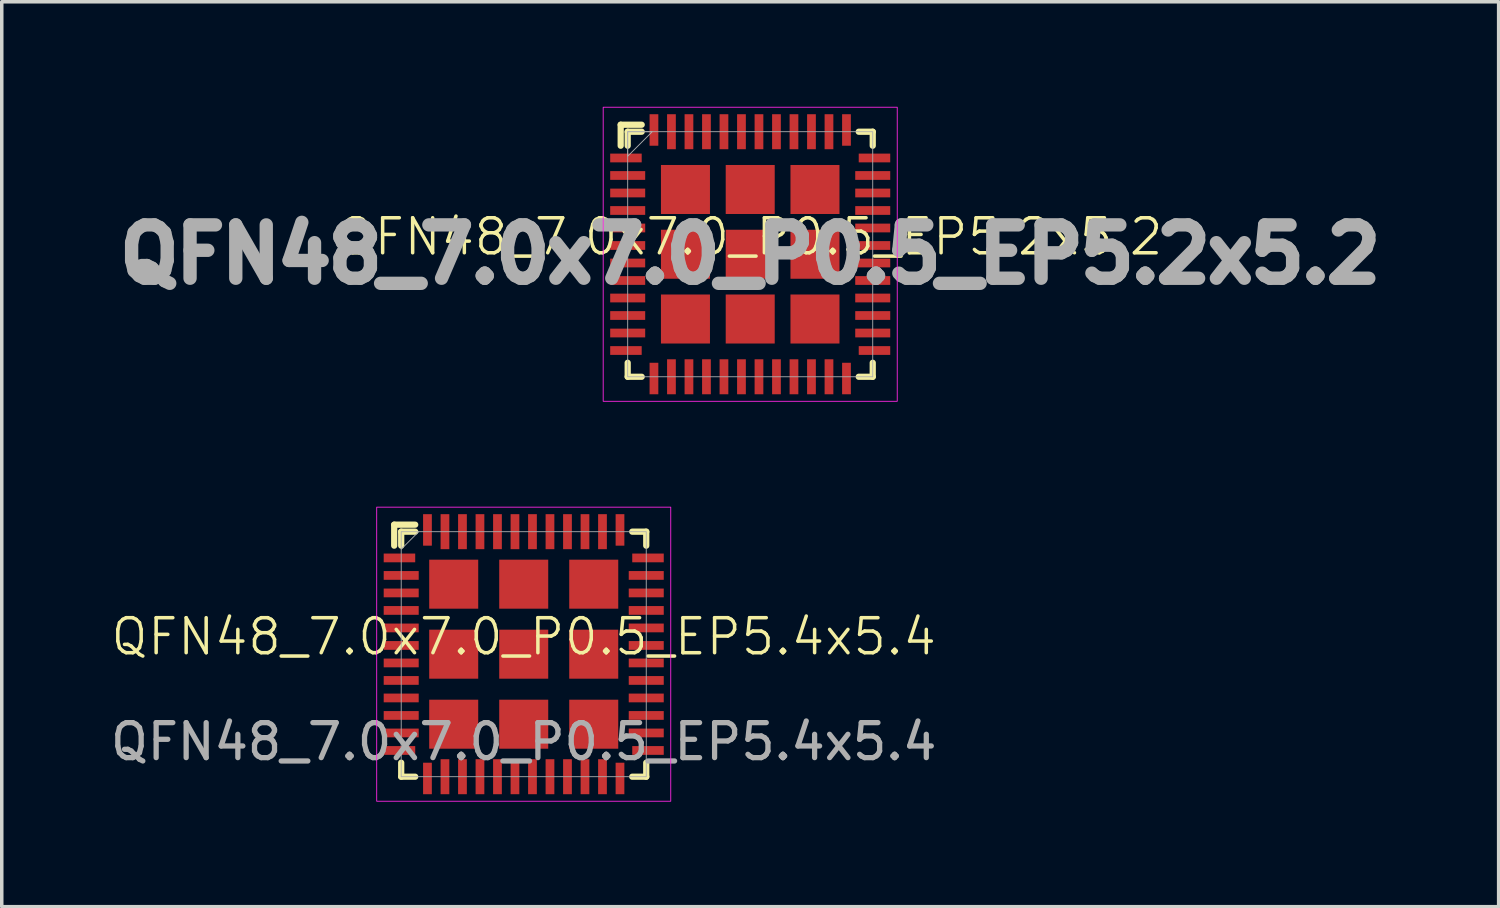
<source format=kicad_pcb>
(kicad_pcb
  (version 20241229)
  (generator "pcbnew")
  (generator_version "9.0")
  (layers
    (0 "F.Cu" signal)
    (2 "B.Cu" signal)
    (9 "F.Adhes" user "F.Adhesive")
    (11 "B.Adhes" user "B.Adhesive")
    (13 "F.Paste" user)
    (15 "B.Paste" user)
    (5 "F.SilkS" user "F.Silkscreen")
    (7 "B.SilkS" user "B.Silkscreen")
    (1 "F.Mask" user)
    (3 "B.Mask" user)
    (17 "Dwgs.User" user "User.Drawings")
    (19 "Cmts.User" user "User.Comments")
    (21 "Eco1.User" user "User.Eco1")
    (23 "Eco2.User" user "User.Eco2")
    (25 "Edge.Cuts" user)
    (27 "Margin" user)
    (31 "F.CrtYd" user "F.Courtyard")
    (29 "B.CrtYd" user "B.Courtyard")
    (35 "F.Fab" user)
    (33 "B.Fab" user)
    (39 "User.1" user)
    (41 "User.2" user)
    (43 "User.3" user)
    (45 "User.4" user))
  (footprint "QFN48_7.0x7.0_P0.5_EP5.4x5.4"
    (layer "F.Cu")
    (at 11.911 15.638)
    (property "Reference" "QFN48_7.0x7.0_P0.5_EP5.4x5.4" (at 0 -0.5 0) (unlocked yes) (layer "F.SilkS") (effects (font (size 1 1) (thickness 0.1))))
    (attr smd)
    (fp_line (start -3.7 -3.7) (end -3.1 -3.7) (stroke (width 0.178) (type default)) (layer "F.SilkS"))
    (fp_line (start -3.7 -3.1) (end -3.7 -3.7) (stroke (width 0.178) (type default)) (layer "F.SilkS"))
    (fp_line (start -3.5 -3.1) (end -3.5 -3.5) (stroke (width 0.178) (type default)) (layer "F.SilkS"))
    (fp_line (start -3.5 3.1) (end -3.5 3.5) (stroke (width 0.178) (type default)) (layer "F.SilkS"))
    (fp_line (start -3.1 -3.5) (end -3.5 -3.5) (stroke (width 0.178) (type default)) (layer "F.SilkS"))
    (fp_line (start -3.1 3.5) (end -3.5 3.5) (stroke (width 0.178) (type default)) (layer "F.SilkS"))
    (fp_line (start 3.1 -3.5) (end 3.5 -3.5) (stroke (width 0.178) (type default)) (layer "F.SilkS"))
    (fp_line (start 3.1 3.5) (end 3.5 3.5) (stroke (width 0.178) (type default)) (layer "F.SilkS"))
    (fp_line (start 3.5 -3.1) (end 3.5 -3.5) (stroke (width 0.178) (type default)) (layer "F.SilkS"))
    (fp_line (start 3.5 3.1) (end 3.5 3.5) (stroke (width 0.178) (type default)) (layer "F.SilkS"))
    (fp_rect (start -4.2 -4.2) (end 4.2 4.2) (stroke (width 0.025) (type default)) (fill no) (layer "F.CrtYd"))
    (fp_line (start -3.5 -3) (end -3 -3.5) (stroke (width 0.025) (type default)) (layer "F.Fab"))
    (fp_rect (start -3.5 -3.5) (end 3.5 3.5) (stroke (width 0.025) (type default)) (fill no) (layer "F.Fab"))
    (fp_text user "${REFERENCE}" (at 0 2.5 0) (unlocked yes) (layer "F.Fab") (effects (font (size 1 1) (thickness 0.15))))
    (pad "1" smd rect (at -3.55 -2.75) (size 0.9 0.25) (layers "F.Cu" "F.Mask" "F.Paste"))
    (pad "2" smd rect (at -3.5 -2.25) (size 1 0.25) (layers "F.Cu" "F.Mask" "F.Paste"))
    (pad "3" smd rect (at -3.5 -1.75) (size 1 0.25) (layers "F.Cu" "F.Mask" "F.Paste"))
    (pad "4" smd rect (at -3.5 -1.25) (size 1 0.25) (layers "F.Cu" "F.Mask" "F.Paste"))
    (pad "5" smd rect (at -3.5 -0.75) (size 1 0.25) (layers "F.Cu" "F.Mask" "F.Paste"))
    (pad "6" smd rect (at -3.5 -0.25) (size 1 0.25) (layers "F.Cu" "F.Mask" "F.Paste"))
    (pad "7" smd rect (at -3.5 0.25) (size 1 0.25) (layers "F.Cu" "F.Mask" "F.Paste"))
    (pad "8" smd rect (at -3.5 0.75) (size 1 0.25) (layers "F.Cu" "F.Mask" "F.Paste"))
    (pad "9" smd rect (at -3.5 1.25) (size 1 0.25) (layers "F.Cu" "F.Mask" "F.Paste"))
    (pad "10" smd rect (at -3.5 1.75) (size 1 0.25) (layers "F.Cu" "F.Mask" "F.Paste"))
    (pad "11" smd rect (at -3.5 2.25) (size 1 0.25) (layers "F.Cu" "F.Mask" "F.Paste"))
    (pad "12" smd rect (at -3.55 2.75) (size 0.9 0.25) (layers "F.Cu" "F.Mask" "F.Paste"))
    (pad "13" smd rect (at -2.75 3.55) (size 0.25 0.9) (layers "F.Cu" "F.Mask" "F.Paste"))
    (pad "14" smd rect (at -2.25 3.5) (size 0.25 1) (layers "F.Cu" "F.Mask" "F.Paste"))
    (pad "15" smd rect (at -1.75 3.5) (size 0.25 1) (layers "F.Cu" "F.Mask" "F.Paste"))
    (pad "16" smd rect (at -1.25 3.5) (size 0.25 1) (layers "F.Cu" "F.Mask" "F.Paste"))
    (pad "17" smd rect (at -0.75 3.5) (size 0.25 1) (layers "F.Cu" "F.Mask" "F.Paste"))
    (pad "18" smd rect (at -0.25 3.5) (size 0.25 1) (layers "F.Cu" "F.Mask" "F.Paste"))
    (pad "19" smd rect (at 0.25 3.5) (size 0.25 1) (layers "F.Cu" "F.Mask" "F.Paste"))
    (pad "20" smd rect (at 0.75 3.5) (size 0.25 1) (layers "F.Cu" "F.Mask" "F.Paste"))
    (pad "21" smd rect (at 1.25 3.5) (size 0.25 1) (layers "F.Cu" "F.Mask" "F.Paste"))
    (pad "22" smd rect (at 1.75 3.5) (size 0.25 1) (layers "F.Cu" "F.Mask" "F.Paste"))
    (pad "23" smd rect (at 2.25 3.5) (size 0.25 1) (layers "F.Cu" "F.Mask" "F.Paste"))
    (pad "24" smd rect (at 2.75 3.55) (size 0.25 0.9) (layers "F.Cu" "F.Mask" "F.Paste"))
    (pad "25" smd rect (at 3.55 2.75) (size 0.9 0.25) (layers "F.Cu" "F.Mask" "F.Paste"))
    (pad "26" smd rect (at 3.5 2.25) (size 1 0.25) (layers "F.Cu" "F.Mask" "F.Paste"))
    (pad "27" smd rect (at 3.5 1.75) (size 1 0.25) (layers "F.Cu" "F.Mask" "F.Paste"))
    (pad "28" smd rect (at 3.5 1.25) (size 1 0.25) (layers "F.Cu" "F.Mask" "F.Paste"))
    (pad "29" smd rect (at 3.5 0.75) (size 1 0.25) (layers "F.Cu" "F.Mask" "F.Paste"))
    (pad "30" smd rect (at 3.5 0.25) (size 1 0.25) (layers "F.Cu" "F.Mask" "F.Paste"))
    (pad "31" smd rect (at 3.5 -0.25) (size 1 0.25) (layers "F.Cu" "F.Mask" "F.Paste"))
    (pad "32" smd rect (at 3.5 -0.75) (size 1 0.25) (layers "F.Cu" "F.Mask" "F.Paste"))
    (pad "33" smd rect (at 3.5 -1.25) (size 1 0.25) (layers "F.Cu" "F.Mask" "F.Paste"))
    (pad "34" smd rect (at 3.5 -1.75) (size 1 0.25) (layers "F.Cu" "F.Mask" "F.Paste"))
    (pad "35" smd rect (at 3.5 -2.25) (size 1 0.25) (layers "F.Cu" "F.Mask" "F.Paste"))
    (pad "36" smd rect (at 3.55 -2.75) (size 0.9 0.25) (layers "F.Cu" "F.Mask" "F.Paste"))
    (pad "37" smd rect (at 2.75 -3.55) (size 0.25 0.9) (layers "F.Cu" "F.Mask" "F.Paste"))
    (pad "38" smd rect (at 2.25 -3.5) (size 0.25 1) (layers "F.Cu" "F.Mask" "F.Paste"))
    (pad "39" smd rect (at 1.75 -3.5) (size 0.25 1) (layers "F.Cu" "F.Mask" "F.Paste"))
    (pad "40" smd rect (at 1.25 -3.5) (size 0.25 1) (layers "F.Cu" "F.Mask" "F.Paste"))
    (pad "41" smd rect (at 0.75 -3.5) (size 0.25 1) (layers "F.Cu" "F.Mask" "F.Paste"))
    (pad "42" smd rect (at 0.25 -3.5) (size 0.25 1) (layers "F.Cu" "F.Mask" "F.Paste"))
    (pad "43" smd rect (at -0.25 -3.5) (size 0.25 1) (layers "F.Cu" "F.Mask" "F.Paste"))
    (pad "44" smd rect (at -0.75 -3.5) (size 0.25 1) (layers "F.Cu" "F.Mask" "F.Paste"))
    (pad "45" smd rect (at -1.25 -3.5) (size 0.25 1) (layers "F.Cu" "F.Mask" "F.Paste"))
    (pad "46" smd rect (at -1.75 -3.5) (size 0.25 1) (layers "F.Cu" "F.Mask" "F.Paste"))
    (pad "47" smd rect (at -2.25 -3.5) (size 0.25 1) (layers "F.Cu" "F.Mask" "F.Paste"))
    (pad "48" smd rect (at -2.75 -3.55) (size 0.25 0.9) (layers "F.Cu" "F.Mask" "F.Paste"))
    (pad "49" smd rect (at -2 -2) (size 1.4 1.4) (layers "F.Cu" "F.Mask" "F.Paste"))
    (pad "49" smd rect (at -2 0) (size 1.4 1.4) (layers "F.Cu" "F.Mask" "F.Paste"))
    (pad "49" smd rect (at -2 2) (size 1.4 1.4) (layers "F.Cu" "F.Mask" "F.Paste"))
    (pad "49" smd rect (at 0 -2) (size 1.4 1.4) (layers "F.Cu" "F.Mask" "F.Paste"))
    (pad "49" smd rect (at 0 0) (size 1.4 1.4) (layers "F.Cu" "F.Mask" "F.Paste"))
    (pad "49" smd rect (at 0 2) (size 1.4 1.4) (layers "F.Cu" "F.Mask" "F.Paste"))
    (pad "49" smd rect (at 2 -2) (size 1.4 1.4) (layers "F.Cu" "F.Mask" "F.Paste"))
    (pad "49" smd rect (at 2 0) (size 1.4 1.4) (layers "F.Cu" "F.Mask" "F.Paste"))
    (pad "49" smd rect (at 2 2) (size 1.4 1.4) (layers "F.Cu" "F.Mask" "F.Paste")))
  (footprint "QFN48_7.0x7.0_P0.5_EP5.2x5.2"
    (layer "F.Cu")
    (at 18.381 4.213)
    (property "Reference" "QFN48_7.0x7.0_P0.5_EP5.2x5.2" (at 0 -0.5 0) (unlocked yes) (layer "F.SilkS") (effects (font (size 1 1) (thickness 0.1))))
    (attr smd)
    (fp_line (start -3.7 -3.7) (end -3.1 -3.7) (stroke (width 0.178) (type default)) (layer "F.SilkS"))
    (fp_line (start -3.7 -3.1) (end -3.7 -3.7) (stroke (width 0.178) (type default)) (layer "F.SilkS"))
    (fp_line (start -3.5 -3.1) (end -3.5 -3.5) (stroke (width 0.178) (type default)) (layer "F.SilkS"))
    (fp_line (start -3.5 3.1) (end -3.5 3.5) (stroke (width 0.178) (type default)) (layer "F.SilkS"))
    (fp_line (start -3.1 -3.5) (end -3.5 -3.5) (stroke (width 0.178) (type default)) (layer "F.SilkS"))
    (fp_line (start -3.1 3.5) (end -3.5 3.5) (stroke (width 0.178) (type default)) (layer "F.SilkS"))
    (fp_line (start 3.1 -3.5) (end 3.5 -3.5) (stroke (width 0.178) (type default)) (layer "F.SilkS"))
    (fp_line (start 3.1 3.5) (end 3.5 3.5) (stroke (width 0.178) (type default)) (layer "F.SilkS"))
    (fp_line (start 3.5 -3.1) (end 3.5 -3.5) (stroke (width 0.178) (type default)) (layer "F.SilkS"))
    (fp_line (start 3.5 3.1) (end 3.5 3.5) (stroke (width 0.178) (type default)) (layer "F.SilkS"))
    (fp_rect (start -4.2 -4.2) (end 4.2 4.2) (stroke (width 0.025) (type default)) (fill no) (layer "F.CrtYd"))
    (fp_rect (start -3.5 -3.5) (end 3.5 3.5) (stroke (width 0.025) (type default)) (fill no) (layer "F.Fab"))
    (fp_poly (pts (xy -3.5 -3.5) (xy -3.5 -2.8) (xy -2.8 -3.5)) (stroke (width 0.025) (type solid)) (fill no) (layer "F.Fab"))
    (fp_text user "${REFERENCE}" (at 0 0 0) (unlocked yes) (layer "F.Fab") (effects (font (size 1.524 1.524) (thickness 0.381) (bold yes))))
    (pad "1" smd rect (at -3.55 -2.75) (size 0.9 0.25) (layers "F.Cu" "F.Mask" "F.Paste"))
    (pad "2" smd rect (at -3.5 -2.25) (size 1 0.25) (layers "F.Cu" "F.Mask" "F.Paste"))
    (pad "3" smd rect (at -3.5 -1.75) (size 1 0.25) (layers "F.Cu" "F.Mask" "F.Paste"))
    (pad "4" smd rect (at -3.5 -1.25) (size 1 0.25) (layers "F.Cu" "F.Mask" "F.Paste"))
    (pad "5" smd rect (at -3.5 -0.75) (size 1 0.25) (layers "F.Cu" "F.Mask" "F.Paste"))
    (pad "6" smd rect (at -3.5 -0.25) (size 1 0.25) (layers "F.Cu" "F.Mask" "F.Paste"))
    (pad "7" smd rect (at -3.5 0.25) (size 1 0.25) (layers "F.Cu" "F.Mask" "F.Paste"))
    (pad "8" smd rect (at -3.5 0.75) (size 1 0.25) (layers "F.Cu" "F.Mask" "F.Paste"))
    (pad "9" smd rect (at -3.5 1.25) (size 1 0.25) (layers "F.Cu" "F.Mask" "F.Paste"))
    (pad "10" smd rect (at -3.5 1.75) (size 1 0.25) (layers "F.Cu" "F.Mask" "F.Paste"))
    (pad "11" smd rect (at -3.5 2.25) (size 1 0.25) (layers "F.Cu" "F.Mask" "F.Paste"))
    (pad "12" smd rect (at -3.55 2.75) (size 0.9 0.25) (layers "F.Cu" "F.Mask" "F.Paste"))
    (pad "13" smd rect (at -2.75 3.55) (size 0.25 0.9) (layers "F.Cu" "F.Mask" "F.Paste"))
    (pad "14" smd rect (at -2.25 3.5) (size 0.25 1) (layers "F.Cu" "F.Mask" "F.Paste"))
    (pad "15" smd rect (at -1.75 3.5) (size 0.25 1) (layers "F.Cu" "F.Mask" "F.Paste"))
    (pad "16" smd rect (at -1.25 3.5) (size 0.25 1) (layers "F.Cu" "F.Mask" "F.Paste"))
    (pad "17" smd rect (at -0.75 3.5) (size 0.25 1) (layers "F.Cu" "F.Mask" "F.Paste"))
    (pad "18" smd rect (at -0.25 3.5) (size 0.25 1) (layers "F.Cu" "F.Mask" "F.Paste"))
    (pad "19" smd rect (at 0.25 3.5) (size 0.25 1) (layers "F.Cu" "F.Mask" "F.Paste"))
    (pad "20" smd rect (at 0.75 3.5) (size 0.25 1) (layers "F.Cu" "F.Mask" "F.Paste"))
    (pad "21" smd rect (at 1.25 3.5) (size 0.25 1) (layers "F.Cu" "F.Mask" "F.Paste"))
    (pad "22" smd rect (at 1.75 3.5) (size 0.25 1) (layers "F.Cu" "F.Mask" "F.Paste"))
    (pad "23" smd rect (at 2.25 3.5) (size 0.25 1) (layers "F.Cu" "F.Mask" "F.Paste"))
    (pad "24" smd rect (at 2.75 3.55) (size 0.25 0.9) (layers "F.Cu" "F.Mask" "F.Paste"))
    (pad "25" smd rect (at 3.55 2.75) (size 0.9 0.25) (layers "F.Cu" "F.Mask" "F.Paste"))
    (pad "26" smd rect (at 3.5 2.25) (size 1 0.25) (layers "F.Cu" "F.Mask" "F.Paste"))
    (pad "27" smd rect (at 3.5 1.75) (size 1 0.25) (layers "F.Cu" "F.Mask" "F.Paste"))
    (pad "28" smd rect (at 3.5 1.25) (size 1 0.25) (layers "F.Cu" "F.Mask" "F.Paste"))
    (pad "29" smd rect (at 3.5 0.75) (size 1 0.25) (layers "F.Cu" "F.Mask" "F.Paste"))
    (pad "30" smd rect (at 3.5 0.25) (size 1 0.25) (layers "F.Cu" "F.Mask" "F.Paste"))
    (pad "31" smd rect (at 3.5 -0.25) (size 1 0.25) (layers "F.Cu" "F.Mask" "F.Paste"))
    (pad "32" smd rect (at 3.5 -0.75) (size 1 0.25) (layers "F.Cu" "F.Mask" "F.Paste"))
    (pad "33" smd rect (at 3.5 -1.25) (size 1 0.25) (layers "F.Cu" "F.Mask" "F.Paste"))
    (pad "34" smd rect (at 3.5 -1.75) (size 1 0.25) (layers "F.Cu" "F.Mask" "F.Paste"))
    (pad "35" smd rect (at 3.5 -2.25) (size 1 0.25) (layers "F.Cu" "F.Mask" "F.Paste"))
    (pad "36" smd rect (at 3.55 -2.75) (size 0.9 0.25) (layers "F.Cu" "F.Mask" "F.Paste"))
    (pad "37" smd rect (at 2.75 -3.55) (size 0.25 0.9) (layers "F.Cu" "F.Mask" "F.Paste"))
    (pad "38" smd rect (at 2.25 -3.5) (size 0.25 1) (layers "F.Cu" "F.Mask" "F.Paste"))
    (pad "39" smd rect (at 1.75 -3.5) (size 0.25 1) (layers "F.Cu" "F.Mask" "F.Paste"))
    (pad "40" smd rect (at 1.25 -3.5) (size 0.25 1) (layers "F.Cu" "F.Mask" "F.Paste"))
    (pad "41" smd rect (at 0.75 -3.5) (size 0.25 1) (layers "F.Cu" "F.Mask" "F.Paste"))
    (pad "42" smd rect (at 0.25 -3.5) (size 0.25 1) (layers "F.Cu" "F.Mask" "F.Paste"))
    (pad "43" smd rect (at -0.25 -3.5) (size 0.25 1) (layers "F.Cu" "F.Mask" "F.Paste"))
    (pad "44" smd rect (at -0.75 -3.5) (size 0.25 1) (layers "F.Cu" "F.Mask" "F.Paste"))
    (pad "45" smd rect (at -1.25 -3.5) (size 0.25 1) (layers "F.Cu" "F.Mask" "F.Paste"))
    (pad "46" smd rect (at -1.75 -3.5) (size 0.25 1) (layers "F.Cu" "F.Mask" "F.Paste"))
    (pad "47" smd rect (at -2.25 -3.5) (size 0.25 1) (layers "F.Cu" "F.Mask" "F.Paste"))
    (pad "48" smd rect (at -2.75 -3.55) (size 0.25 0.9) (layers "F.Cu" "F.Mask" "F.Paste"))
    (pad "49" smd rect (at -1.85 -1.85) (size 1.4 1.4) (layers "F.Cu" "F.Mask" "F.Paste"))
    (pad "49" smd rect (at -1.85 0) (size 1.4 1.4) (layers "F.Cu" "F.Mask" "F.Paste"))
    (pad "49" smd rect (at -1.85 1.85) (size 1.4 1.4) (layers "F.Cu" "F.Mask" "F.Paste"))
    (pad "49" smd rect (at 0 -1.85) (size 1.4 1.4) (layers "F.Cu" "F.Mask" "F.Paste"))
    (pad "49" smd rect (at 0 0) (size 1.4 1.4) (layers "F.Cu" "F.Mask" "F.Paste"))
    (pad "49" smd rect (at 0 1.85) (size 1.4 1.4) (layers "F.Cu" "F.Mask" "F.Paste"))
    (pad "49" smd rect (at 1.85 -1.85) (size 1.4 1.4) (layers "F.Cu" "F.Mask" "F.Paste"))
    (pad "49" smd rect (at 1.85 0) (size 1.4 1.4) (layers "F.Cu" "F.Mask" "F.Paste"))
    (pad "49" smd rect (at 1.85 1.85) (size 1.4 1.4) (layers "F.Cu" "F.Mask" "F.Paste")))
  (gr_rect
    (start -3 -3)
    (end 39.761 22.851)
    (stroke (width 0.1) (type default))
    (fill no)
    (layer "Edge.Cuts")))
</source>
